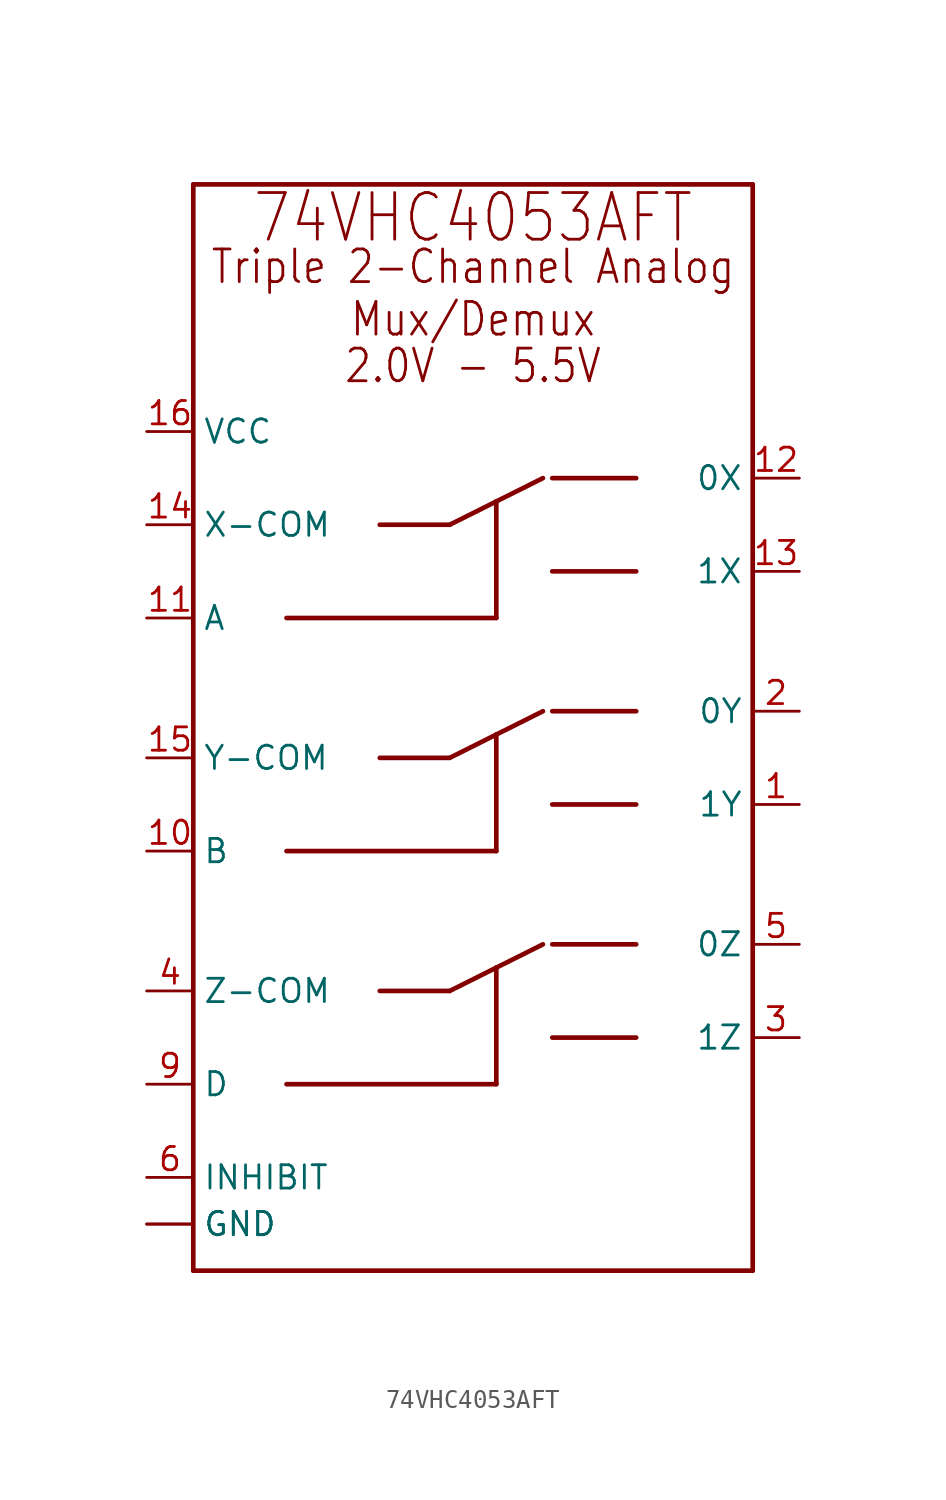
<source format=kicad_sym>
(kicad_symbol_lib
  (version 20220914)
  (generator kicad_symbol_editor)
  (symbol "74VHC4053AFT"
    (property "Reference" "U"
      (at 0 0 0)
      (effects (font (size 1.27 1.27)) hide))
    (property "ki_locked" ""
      (at 0 0 0)
      (effects (font (size 1.27 1.27))))
    (symbol "74VHC4053AFT_1_0"
      (polyline (pts (xy -15.24 -33.02) (xy -15.24 26.162)) (stroke (width 0.254) (type solid)) (fill (type none)))
      (polyline (pts (xy -15.24 26.162) (xy 15.24 26.162)) (stroke (width 0.254) (type solid)) (fill (type none)))
      (polyline (pts (xy -10.16 -22.86) (xy 1.27 -22.86)) (stroke (width 0.254) (type solid)) (fill (type none)))
      (polyline (pts (xy -10.16 -10.16) (xy 1.27 -10.16)) (stroke (width 0.254) (type solid)) (fill (type none)))
      (polyline (pts (xy -10.16 2.54) (xy 1.27 2.54)) (stroke (width 0.254) (type solid)) (fill (type none)))
      (polyline (pts (xy -5.08 -17.78) (xy -1.27 -17.78)) (stroke (width 0.254) (type solid)) (fill (type none)))
      (polyline (pts (xy -5.08 -5.08) (xy -1.27 -5.08)) (stroke (width 0.254) (type solid)) (fill (type none)))
      (polyline (pts (xy -5.08 7.62) (xy -1.27 7.62)) (stroke (width 0.254) (type solid)) (fill (type none)))
      (polyline (pts (xy -1.27 -17.78) (xy 1.27 -16.51)) (stroke (width 0.254) (type solid)) (fill (type none)))
      (polyline (pts (xy -1.27 -5.08) (xy 1.27 -3.81)) (stroke (width 0.254) (type solid)) (fill (type none)))
      (polyline (pts (xy -1.27 7.62) (xy 1.27 8.89)) (stroke (width 0.254) (type solid)) (fill (type none)))
      (polyline (pts (xy 1.27 -22.86) (xy 1.27 -16.51)) (stroke (width 0.254) (type solid)) (fill (type none)))
      (polyline (pts (xy 1.27 -16.51) (xy 3.81 -15.24)) (stroke (width 0.254) (type solid)) (fill (type none)))
      (polyline (pts (xy 1.27 -10.16) (xy 1.27 -3.81)) (stroke (width 0.254) (type solid)) (fill (type none)))
      (polyline (pts (xy 1.27 -3.81) (xy 3.81 -2.54)) (stroke (width 0.254) (type solid)) (fill (type none)))
      (polyline (pts (xy 1.27 2.54) (xy 1.27 8.89)) (stroke (width 0.254) (type solid)) (fill (type none)))
      (polyline (pts (xy 1.27 8.89) (xy 3.81 10.16)) (stroke (width 0.254) (type solid)) (fill (type none)))
      (polyline (pts (xy 8.89 -20.32) (xy 4.318 -20.32)) (stroke (width 0.254) (type solid)) (fill (type none)))
      (polyline (pts (xy 8.89 -15.24) (xy 4.318 -15.24)) (stroke (width 0.254) (type solid)) (fill (type none)))
      (polyline (pts (xy 8.89 -7.62) (xy 4.318 -7.62)) (stroke (width 0.254) (type solid)) (fill (type none)))
      (polyline (pts (xy 8.89 -2.54) (xy 4.318 -2.54)) (stroke (width 0.254) (type solid)) (fill (type none)))
      (polyline (pts (xy 8.89 5.08) (xy 4.318 5.08)) (stroke (width 0.254) (type solid)) (fill (type none)))
      (polyline (pts (xy 8.89 10.16) (xy 4.318 10.16)) (stroke (width 0.254) (type solid)) (fill (type none)))
      (polyline (pts (xy 15.24 -33.02) (xy -15.24 -33.02)) (stroke (width 0.254) (type solid)) (fill (type none)))
      (polyline (pts (xy 15.24 26.162) (xy 15.24 -33.02)) (stroke (width 0.254) (type solid)) (fill (type none)))
      (text "2.0V - 5.5V" (at 0 15.24 0) (effects (font (size 1.778 1.511)) (justify bottom)))
      (text "74VHC4053AFT" (at 0 22.86 0) (effects (font (size 2.54 2.159)) (justify bottom)))
      (text "Triple 2-Channel Analog\nMux/Demux" (at 0 17.78 0) (effects (font (size 1.778 1.511)) (justify bottom)))
      (pin bidirectional line (at 17.78 -7.62 180) (length 2.54) (name "1Y" (effects (font (size 1.27 1.27)))) (number "1" (effects (font (size 1.27 1.27)))))
      (pin bidirectional line (at -17.78 -10.16 0) (length 2.54) (name "B" (effects (font (size 1.27 1.27)))) (number "10" (effects (font (size 1.27 1.27)))))
      (pin bidirectional line (at -17.78 2.54 0) (length 2.54) (name "A" (effects (font (size 1.27 1.27)))) (number "11" (effects (font (size 1.27 1.27)))))
      (pin bidirectional line (at 17.78 10.16 180) (length 2.54) (name "0X" (effects (font (size 1.27 1.27)))) (number "12" (effects (font (size 1.27 1.27)))))
      (pin bidirectional line (at 17.78 5.08 180) (length 2.54) (name "1X" (effects (font (size 1.27 1.27)))) (number "13" (effects (font (size 1.27 1.27)))))
      (pin bidirectional line (at -17.78 7.62 0) (length 2.54) (name "X-COM" (effects (font (size 1.27 1.27)))) (number "14" (effects (font (size 1.27 1.27)))))
      (pin bidirectional line (at -17.78 -5.08 0) (length 2.54) (name "Y-COM" (effects (font (size 1.27 1.27)))) (number "15" (effects (font (size 1.27 1.27)))))
      (pin bidirectional line (at -17.78 12.7 0) (length 2.54) (name "VCC" (effects (font (size 1.27 1.27)))) (number "16" (effects (font (size 1.27 1.27)))))
      (pin bidirectional line (at 17.78 -2.54 180) (length 2.54) (name "0Y" (effects (font (size 1.27 1.27)))) (number "2" (effects (font (size 1.27 1.27)))))
      (pin bidirectional line (at 17.78 -20.32 180) (length 2.54) (name "1Z" (effects (font (size 1.27 1.27)))) (number "3" (effects (font (size 1.27 1.27)))))
      (pin bidirectional line (at -17.78 -17.78 0) (length 2.54) (name "Z-COM" (effects (font (size 1.27 1.27)))) (number "4" (effects (font (size 1.27 1.27)))))
      (pin bidirectional line (at 17.78 -15.24 180) (length 2.54) (name "0Z" (effects (font (size 1.27 1.27)))) (number "5" (effects (font (size 1.27 1.27)))))
      (pin bidirectional line (at -17.78 -27.94 0) (length 2.54) (name "INHIBIT" (effects (font (size 1.27 1.27)))) (number "6" (effects (font (size 1.27 1.27)))))
      (pin bidirectional line (at -17.78 -30.48 0) (length 2.54) (name "GND" (effects (font (size 1.27 1.27)))) (number "7" (effects (font (size 0 0)))))
      (pin bidirectional line (at -17.78 -30.48 0) (length 2.54) (name "GND" (effects (font (size 1.27 1.27)))) (number "8" (effects (font (size 0 0)))))
      (pin bidirectional line (at -17.78 -22.86 0) (length 2.54) (name "D" (effects (font (size 1.27 1.27)))) (number "9" (effects (font (size 1.27 1.27))))))))
</source>
